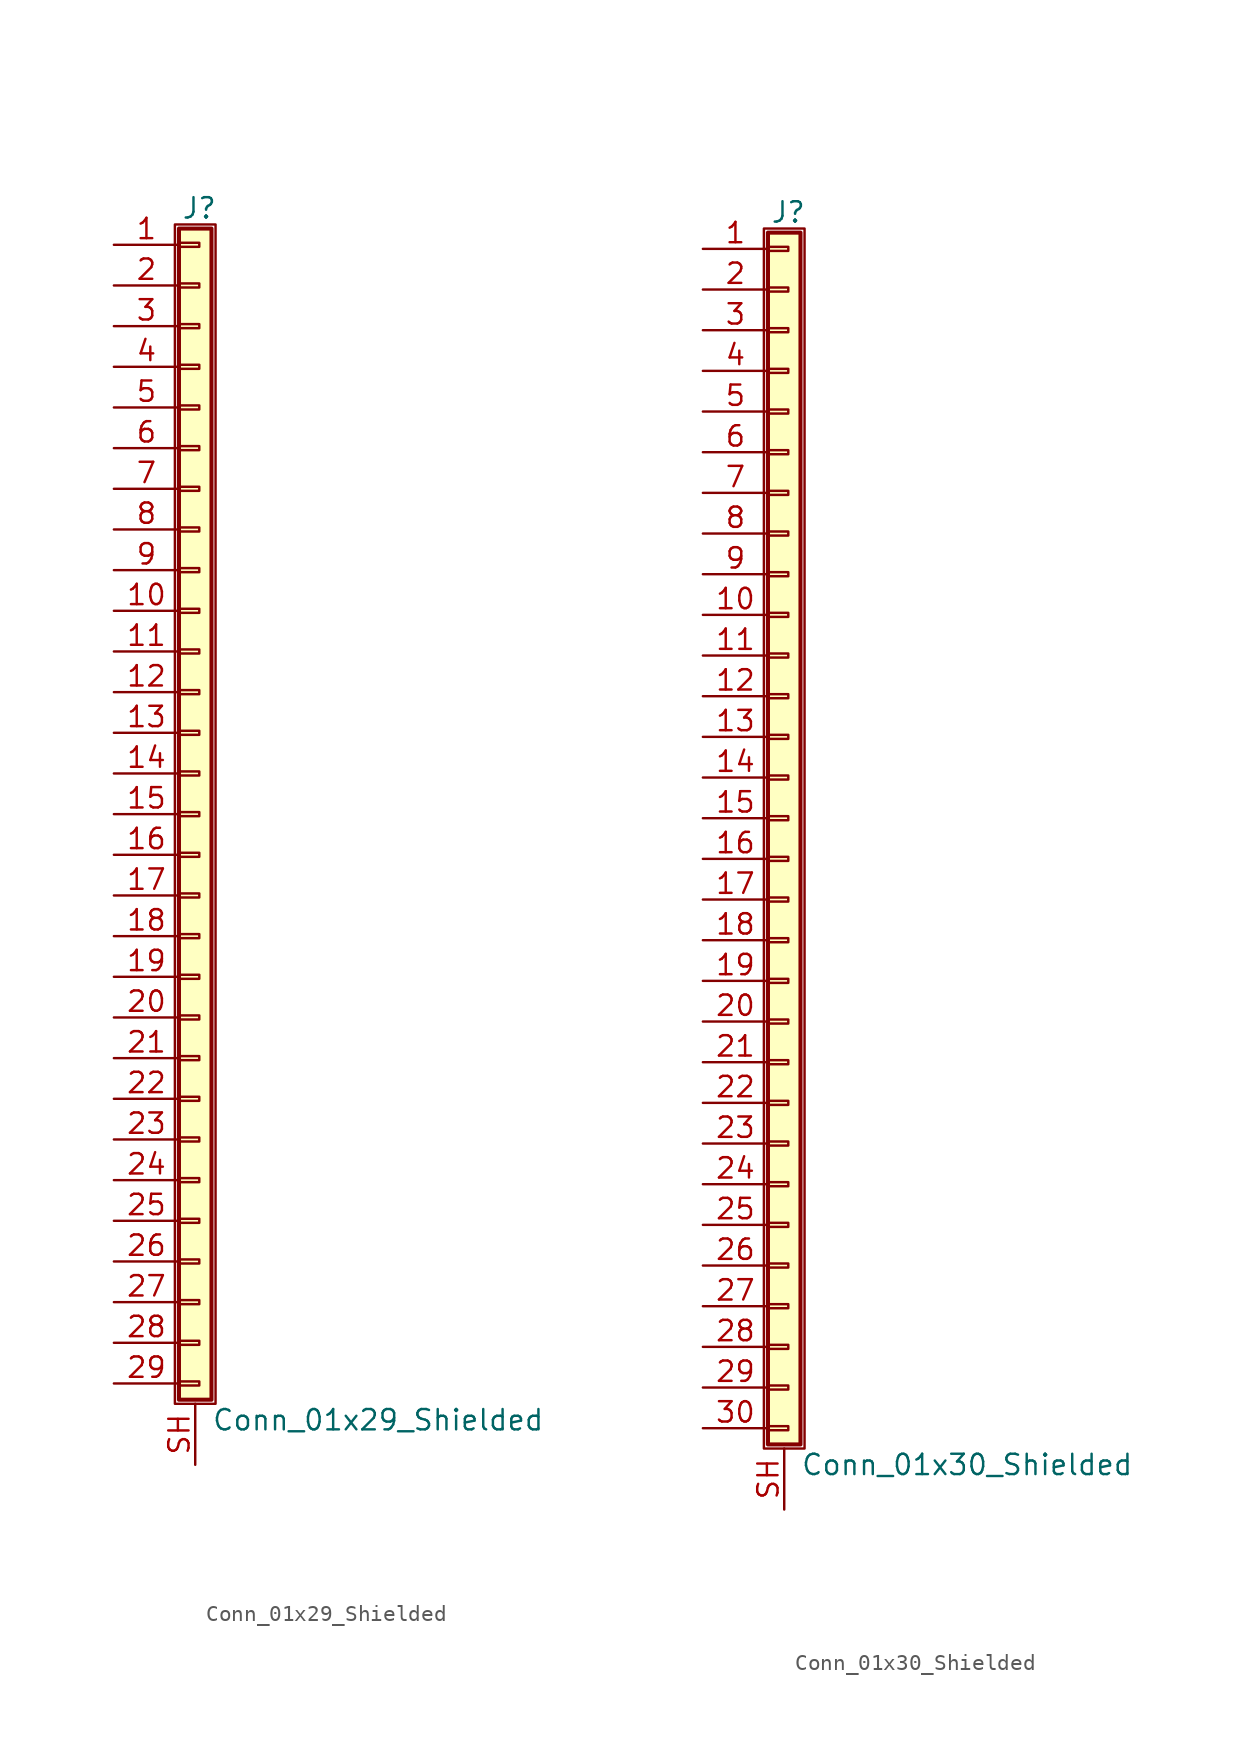
<source format=kicad_sym>
(kicad_symbol_lib
  (version 20220914)
  (generator kicad_symbol_editor)
  (symbol "Conn_01x29_Shielded"
    (pin_names
      (offset 1.016) hide)
    (property "Reference" "J"
      (at 0.254 37.846 0)
      (effects (font (size 1.27 1.27))))
    (property "Value" "Conn_01x29_Shielded"
      (at 1.016 -37.846 0)
      (effects (font (size 1.27 1.27)) (justify left)))
    (symbol "Conn_01x29_Shielded_1_1"
      (rectangle (start -1.27 36.83) (end 1.27 -36.83) (stroke (width 0.152) (type default)) (fill (type none)))
      (rectangle (start -1.016 -35.433) (end 0.254 -35.687) (stroke (width 0.152) (type default)) (fill (type none)))
      (rectangle (start -1.016 -32.893) (end 0.254 -33.147) (stroke (width 0.152) (type default)) (fill (type none)))
      (rectangle (start -1.016 -30.353) (end 0.254 -30.607) (stroke (width 0.152) (type default)) (fill (type none)))
      (rectangle (start -1.016 -27.813) (end 0.254 -28.067) (stroke (width 0.152) (type default)) (fill (type none)))
      (rectangle (start -1.016 -25.273) (end 0.254 -25.527) (stroke (width 0.152) (type default)) (fill (type none)))
      (rectangle (start -1.016 -22.733) (end 0.254 -22.987) (stroke (width 0.152) (type default)) (fill (type none)))
      (rectangle (start -1.016 -20.193) (end 0.254 -20.447) (stroke (width 0.152) (type default)) (fill (type none)))
      (rectangle (start -1.016 -17.653) (end 0.254 -17.907) (stroke (width 0.152) (type default)) (fill (type none)))
      (rectangle (start -1.016 -15.113) (end 0.254 -15.367) (stroke (width 0.152) (type default)) (fill (type none)))
      (rectangle (start -1.016 -12.573) (end 0.254 -12.827) (stroke (width 0.152) (type default)) (fill (type none)))
      (rectangle (start -1.016 -10.033) (end 0.254 -10.287) (stroke (width 0.152) (type default)) (fill (type none)))
      (rectangle (start -1.016 -7.493) (end 0.254 -7.747) (stroke (width 0.152) (type default)) (fill (type none)))
      (rectangle (start -1.016 -4.953) (end 0.254 -5.207) (stroke (width 0.152) (type default)) (fill (type none)))
      (rectangle (start -1.016 -2.413) (end 0.254 -2.667) (stroke (width 0.152) (type default)) (fill (type none)))
      (rectangle (start -1.016 0.127) (end 0.254 -0.127) (stroke (width 0.152) (type default)) (fill (type none)))
      (rectangle (start -1.016 2.667) (end 0.254 2.413) (stroke (width 0.152) (type default)) (fill (type none)))
      (rectangle (start -1.016 5.207) (end 0.254 4.953) (stroke (width 0.152) (type default)) (fill (type none)))
      (rectangle (start -1.016 7.747) (end 0.254 7.493) (stroke (width 0.152) (type default)) (fill (type none)))
      (rectangle (start -1.016 10.287) (end 0.254 10.033) (stroke (width 0.152) (type default)) (fill (type none)))
      (rectangle (start -1.016 12.827) (end 0.254 12.573) (stroke (width 0.152) (type default)) (fill (type none)))
      (rectangle (start -1.016 15.367) (end 0.254 15.113) (stroke (width 0.152) (type default)) (fill (type none)))
      (rectangle (start -1.016 17.907) (end 0.254 17.653) (stroke (width 0.152) (type default)) (fill (type none)))
      (rectangle (start -1.016 20.447) (end 0.254 20.193) (stroke (width 0.152) (type default)) (fill (type none)))
      (rectangle (start -1.016 22.987) (end 0.254 22.733) (stroke (width 0.152) (type default)) (fill (type none)))
      (rectangle (start -1.016 25.527) (end 0.254 25.273) (stroke (width 0.152) (type default)) (fill (type none)))
      (rectangle (start -1.016 28.067) (end 0.254 27.813) (stroke (width 0.152) (type default)) (fill (type none)))
      (rectangle (start -1.016 30.607) (end 0.254 30.353) (stroke (width 0.152) (type default)) (fill (type none)))
      (rectangle (start -1.016 33.147) (end 0.254 32.893) (stroke (width 0.152) (type default)) (fill (type none)))
      (rectangle (start -1.016 35.687) (end 0.254 35.433) (stroke (width 0.152) (type default)) (fill (type none)))
      (rectangle (start -1.016 36.576) (end 1.016 -36.576) (stroke (width 0.254) (type default)) (fill (type background)))
      (pin passive line (at -5.08 35.56 0) (length 4.064) (name "Pin_1" (effects (font (size 1.27 1.27)))) (number "1" (effects (font (size 1.27 1.27)))))
      (pin passive line (at -5.08 12.7 0) (length 4.064) (name "Pin_10" (effects (font (size 1.27 1.27)))) (number "10" (effects (font (size 1.27 1.27)))))
      (pin passive line (at -5.08 10.16 0) (length 4.064) (name "Pin_11" (effects (font (size 1.27 1.27)))) (number "11" (effects (font (size 1.27 1.27)))))
      (pin passive line (at -5.08 7.62 0) (length 4.064) (name "Pin_12" (effects (font (size 1.27 1.27)))) (number "12" (effects (font (size 1.27 1.27)))))
      (pin passive line (at -5.08 5.08 0) (length 4.064) (name "Pin_13" (effects (font (size 1.27 1.27)))) (number "13" (effects (font (size 1.27 1.27)))))
      (pin passive line (at -5.08 2.54 0) (length 4.064) (name "Pin_14" (effects (font (size 1.27 1.27)))) (number "14" (effects (font (size 1.27 1.27)))))
      (pin passive line (at -5.08 0 0) (length 4.064) (name "Pin_15" (effects (font (size 1.27 1.27)))) (number "15" (effects (font (size 1.27 1.27)))))
      (pin passive line (at -5.08 -2.54 0) (length 4.064) (name "Pin_16" (effects (font (size 1.27 1.27)))) (number "16" (effects (font (size 1.27 1.27)))))
      (pin passive line (at -5.08 -5.08 0) (length 4.064) (name "Pin_17" (effects (font (size 1.27 1.27)))) (number "17" (effects (font (size 1.27 1.27)))))
      (pin passive line (at -5.08 -7.62 0) (length 4.064) (name "Pin_18" (effects (font (size 1.27 1.27)))) (number "18" (effects (font (size 1.27 1.27)))))
      (pin passive line (at -5.08 -10.16 0) (length 4.064) (name "Pin_19" (effects (font (size 1.27 1.27)))) (number "19" (effects (font (size 1.27 1.27)))))
      (pin passive line (at -5.08 33.02 0) (length 4.064) (name "Pin_2" (effects (font (size 1.27 1.27)))) (number "2" (effects (font (size 1.27 1.27)))))
      (pin passive line (at -5.08 -12.7 0) (length 4.064) (name "Pin_20" (effects (font (size 1.27 1.27)))) (number "20" (effects (font (size 1.27 1.27)))))
      (pin passive line (at -5.08 -15.24 0) (length 4.064) (name "Pin_21" (effects (font (size 1.27 1.27)))) (number "21" (effects (font (size 1.27 1.27)))))
      (pin passive line (at -5.08 -17.78 0) (length 4.064) (name "Pin_22" (effects (font (size 1.27 1.27)))) (number "22" (effects (font (size 1.27 1.27)))))
      (pin passive line (at -5.08 -20.32 0) (length 4.064) (name "Pin_23" (effects (font (size 1.27 1.27)))) (number "23" (effects (font (size 1.27 1.27)))))
      (pin passive line (at -5.08 -22.86 0) (length 4.064) (name "Pin_24" (effects (font (size 1.27 1.27)))) (number "24" (effects (font (size 1.27 1.27)))))
      (pin passive line (at -5.08 -25.4 0) (length 4.064) (name "Pin_25" (effects (font (size 1.27 1.27)))) (number "25" (effects (font (size 1.27 1.27)))))
      (pin passive line (at -5.08 -27.94 0) (length 4.064) (name "Pin_26" (effects (font (size 1.27 1.27)))) (number "26" (effects (font (size 1.27 1.27)))))
      (pin passive line (at -5.08 -30.48 0) (length 4.064) (name "Pin_27" (effects (font (size 1.27 1.27)))) (number "27" (effects (font (size 1.27 1.27)))))
      (pin passive line (at -5.08 -33.02 0) (length 4.064) (name "Pin_28" (effects (font (size 1.27 1.27)))) (number "28" (effects (font (size 1.27 1.27)))))
      (pin passive line (at -5.08 -35.56 0) (length 4.064) (name "Pin_29" (effects (font (size 1.27 1.27)))) (number "29" (effects (font (size 1.27 1.27)))))
      (pin passive line (at -5.08 30.48 0) (length 4.064) (name "Pin_3" (effects (font (size 1.27 1.27)))) (number "3" (effects (font (size 1.27 1.27)))))
      (pin passive line (at -5.08 27.94 0) (length 4.064) (name "Pin_4" (effects (font (size 1.27 1.27)))) (number "4" (effects (font (size 1.27 1.27)))))
      (pin passive line (at -5.08 25.4 0) (length 4.064) (name "Pin_5" (effects (font (size 1.27 1.27)))) (number "5" (effects (font (size 1.27 1.27)))))
      (pin passive line (at -5.08 22.86 0) (length 4.064) (name "Pin_6" (effects (font (size 1.27 1.27)))) (number "6" (effects (font (size 1.27 1.27)))))
      (pin passive line (at -5.08 20.32 0) (length 4.064) (name "Pin_7" (effects (font (size 1.27 1.27)))) (number "7" (effects (font (size 1.27 1.27)))))
      (pin passive line (at -5.08 17.78 0) (length 4.064) (name "Pin_8" (effects (font (size 1.27 1.27)))) (number "8" (effects (font (size 1.27 1.27)))))
      (pin passive line (at -5.08 15.24 0) (length 4.064) (name "Pin_9" (effects (font (size 1.27 1.27)))) (number "9" (effects (font (size 1.27 1.27)))))
      (pin passive line (at 0 -40.64 90) (length 3.81) (name "Shield" (effects (font (size 1.27 1.27)))) (number "SH" (effects (font (size 1.27 1.27)))))))
  (symbol "Conn_01x30_Shielded"
    (pin_names
      (offset 1.016) hide)
    (property "Reference" "J"
      (at 0.254 37.846 0)
      (effects (font (size 1.27 1.27))))
    (property "Value" "Conn_01x30_Shielded"
      (at 1.016 -40.386 0)
      (effects (font (size 1.27 1.27)) (justify left)))
    (symbol "Conn_01x30_Shielded_1_1"
      (rectangle (start -1.27 36.83) (end 1.27 -39.37) (stroke (width 0.152) (type default)) (fill (type none)))
      (rectangle (start -1.016 -37.973) (end 0.254 -38.227) (stroke (width 0.152) (type default)) (fill (type none)))
      (rectangle (start -1.016 -35.433) (end 0.254 -35.687) (stroke (width 0.152) (type default)) (fill (type none)))
      (rectangle (start -1.016 -32.893) (end 0.254 -33.147) (stroke (width 0.152) (type default)) (fill (type none)))
      (rectangle (start -1.016 -30.353) (end 0.254 -30.607) (stroke (width 0.152) (type default)) (fill (type none)))
      (rectangle (start -1.016 -27.813) (end 0.254 -28.067) (stroke (width 0.152) (type default)) (fill (type none)))
      (rectangle (start -1.016 -25.273) (end 0.254 -25.527) (stroke (width 0.152) (type default)) (fill (type none)))
      (rectangle (start -1.016 -22.733) (end 0.254 -22.987) (stroke (width 0.152) (type default)) (fill (type none)))
      (rectangle (start -1.016 -20.193) (end 0.254 -20.447) (stroke (width 0.152) (type default)) (fill (type none)))
      (rectangle (start -1.016 -17.653) (end 0.254 -17.907) (stroke (width 0.152) (type default)) (fill (type none)))
      (rectangle (start -1.016 -15.113) (end 0.254 -15.367) (stroke (width 0.152) (type default)) (fill (type none)))
      (rectangle (start -1.016 -12.573) (end 0.254 -12.827) (stroke (width 0.152) (type default)) (fill (type none)))
      (rectangle (start -1.016 -10.033) (end 0.254 -10.287) (stroke (width 0.152) (type default)) (fill (type none)))
      (rectangle (start -1.016 -7.493) (end 0.254 -7.747) (stroke (width 0.152) (type default)) (fill (type none)))
      (rectangle (start -1.016 -4.953) (end 0.254 -5.207) (stroke (width 0.152) (type default)) (fill (type none)))
      (rectangle (start -1.016 -2.413) (end 0.254 -2.667) (stroke (width 0.152) (type default)) (fill (type none)))
      (rectangle (start -1.016 0.127) (end 0.254 -0.127) (stroke (width 0.152) (type default)) (fill (type none)))
      (rectangle (start -1.016 2.667) (end 0.254 2.413) (stroke (width 0.152) (type default)) (fill (type none)))
      (rectangle (start -1.016 5.207) (end 0.254 4.953) (stroke (width 0.152) (type default)) (fill (type none)))
      (rectangle (start -1.016 7.747) (end 0.254 7.493) (stroke (width 0.152) (type default)) (fill (type none)))
      (rectangle (start -1.016 10.287) (end 0.254 10.033) (stroke (width 0.152) (type default)) (fill (type none)))
      (rectangle (start -1.016 12.827) (end 0.254 12.573) (stroke (width 0.152) (type default)) (fill (type none)))
      (rectangle (start -1.016 15.367) (end 0.254 15.113) (stroke (width 0.152) (type default)) (fill (type none)))
      (rectangle (start -1.016 17.907) (end 0.254 17.653) (stroke (width 0.152) (type default)) (fill (type none)))
      (rectangle (start -1.016 20.447) (end 0.254 20.193) (stroke (width 0.152) (type default)) (fill (type none)))
      (rectangle (start -1.016 22.987) (end 0.254 22.733) (stroke (width 0.152) (type default)) (fill (type none)))
      (rectangle (start -1.016 25.527) (end 0.254 25.273) (stroke (width 0.152) (type default)) (fill (type none)))
      (rectangle (start -1.016 28.067) (end 0.254 27.813) (stroke (width 0.152) (type default)) (fill (type none)))
      (rectangle (start -1.016 30.607) (end 0.254 30.353) (stroke (width 0.152) (type default)) (fill (type none)))
      (rectangle (start -1.016 33.147) (end 0.254 32.893) (stroke (width 0.152) (type default)) (fill (type none)))
      (rectangle (start -1.016 35.687) (end 0.254 35.433) (stroke (width 0.152) (type default)) (fill (type none)))
      (rectangle (start -1.016 36.576) (end 1.016 -39.116) (stroke (width 0.254) (type default)) (fill (type background)))
      (pin passive line (at -5.08 35.56 0) (length 4.064) (name "Pin_1" (effects (font (size 1.27 1.27)))) (number "1" (effects (font (size 1.27 1.27)))))
      (pin passive line (at -5.08 12.7 0) (length 4.064) (name "Pin_10" (effects (font (size 1.27 1.27)))) (number "10" (effects (font (size 1.27 1.27)))))
      (pin passive line (at -5.08 10.16 0) (length 4.064) (name "Pin_11" (effects (font (size 1.27 1.27)))) (number "11" (effects (font (size 1.27 1.27)))))
      (pin passive line (at -5.08 7.62 0) (length 4.064) (name "Pin_12" (effects (font (size 1.27 1.27)))) (number "12" (effects (font (size 1.27 1.27)))))
      (pin passive line (at -5.08 5.08 0) (length 4.064) (name "Pin_13" (effects (font (size 1.27 1.27)))) (number "13" (effects (font (size 1.27 1.27)))))
      (pin passive line (at -5.08 2.54 0) (length 4.064) (name "Pin_14" (effects (font (size 1.27 1.27)))) (number "14" (effects (font (size 1.27 1.27)))))
      (pin passive line (at -5.08 0 0) (length 4.064) (name "Pin_15" (effects (font (size 1.27 1.27)))) (number "15" (effects (font (size 1.27 1.27)))))
      (pin passive line (at -5.08 -2.54 0) (length 4.064) (name "Pin_16" (effects (font (size 1.27 1.27)))) (number "16" (effects (font (size 1.27 1.27)))))
      (pin passive line (at -5.08 -5.08 0) (length 4.064) (name "Pin_17" (effects (font (size 1.27 1.27)))) (number "17" (effects (font (size 1.27 1.27)))))
      (pin passive line (at -5.08 -7.62 0) (length 4.064) (name "Pin_18" (effects (font (size 1.27 1.27)))) (number "18" (effects (font (size 1.27 1.27)))))
      (pin passive line (at -5.08 -10.16 0) (length 4.064) (name "Pin_19" (effects (font (size 1.27 1.27)))) (number "19" (effects (font (size 1.27 1.27)))))
      (pin passive line (at -5.08 33.02 0) (length 4.064) (name "Pin_2" (effects (font (size 1.27 1.27)))) (number "2" (effects (font (size 1.27 1.27)))))
      (pin passive line (at -5.08 -12.7 0) (length 4.064) (name "Pin_20" (effects (font (size 1.27 1.27)))) (number "20" (effects (font (size 1.27 1.27)))))
      (pin passive line (at -5.08 -15.24 0) (length 4.064) (name "Pin_21" (effects (font (size 1.27 1.27)))) (number "21" (effects (font (size 1.27 1.27)))))
      (pin passive line (at -5.08 -17.78 0) (length 4.064) (name "Pin_22" (effects (font (size 1.27 1.27)))) (number "22" (effects (font (size 1.27 1.27)))))
      (pin passive line (at -5.08 -20.32 0) (length 4.064) (name "Pin_23" (effects (font (size 1.27 1.27)))) (number "23" (effects (font (size 1.27 1.27)))))
      (pin passive line (at -5.08 -22.86 0) (length 4.064) (name "Pin_24" (effects (font (size 1.27 1.27)))) (number "24" (effects (font (size 1.27 1.27)))))
      (pin passive line (at -5.08 -25.4 0) (length 4.064) (name "Pin_25" (effects (font (size 1.27 1.27)))) (number "25" (effects (font (size 1.27 1.27)))))
      (pin passive line (at -5.08 -27.94 0) (length 4.064) (name "Pin_26" (effects (font (size 1.27 1.27)))) (number "26" (effects (font (size 1.27 1.27)))))
      (pin passive line (at -5.08 -30.48 0) (length 4.064) (name "Pin_27" (effects (font (size 1.27 1.27)))) (number "27" (effects (font (size 1.27 1.27)))))
      (pin passive line (at -5.08 -33.02 0) (length 4.064) (name "Pin_28" (effects (font (size 1.27 1.27)))) (number "28" (effects (font (size 1.27 1.27)))))
      (pin passive line (at -5.08 -35.56 0) (length 4.064) (name "Pin_29" (effects (font (size 1.27 1.27)))) (number "29" (effects (font (size 1.27 1.27)))))
      (pin passive line (at -5.08 30.48 0) (length 4.064) (name "Pin_3" (effects (font (size 1.27 1.27)))) (number "3" (effects (font (size 1.27 1.27)))))
      (pin passive line (at -5.08 -38.1 0) (length 4.064) (name "Pin_30" (effects (font (size 1.27 1.27)))) (number "30" (effects (font (size 1.27 1.27)))))
      (pin passive line (at -5.08 27.94 0) (length 4.064) (name "Pin_4" (effects (font (size 1.27 1.27)))) (number "4" (effects (font (size 1.27 1.27)))))
      (pin passive line (at -5.08 25.4 0) (length 4.064) (name "Pin_5" (effects (font (size 1.27 1.27)))) (number "5" (effects (font (size 1.27 1.27)))))
      (pin passive line (at -5.08 22.86 0) (length 4.064) (name "Pin_6" (effects (font (size 1.27 1.27)))) (number "6" (effects (font (size 1.27 1.27)))))
      (pin passive line (at -5.08 20.32 0) (length 4.064) (name "Pin_7" (effects (font (size 1.27 1.27)))) (number "7" (effects (font (size 1.27 1.27)))))
      (pin passive line (at -5.08 17.78 0) (length 4.064) (name "Pin_8" (effects (font (size 1.27 1.27)))) (number "8" (effects (font (size 1.27 1.27)))))
      (pin passive line (at -5.08 15.24 0) (length 4.064) (name "Pin_9" (effects (font (size 1.27 1.27)))) (number "9" (effects (font (size 1.27 1.27)))))
      (pin passive line (at 0 -43.18 90) (length 3.81) (name "Shield" (effects (font (size 1.27 1.27)))) (number "SH" (effects (font (size 1.27 1.27))))))))
</source>
